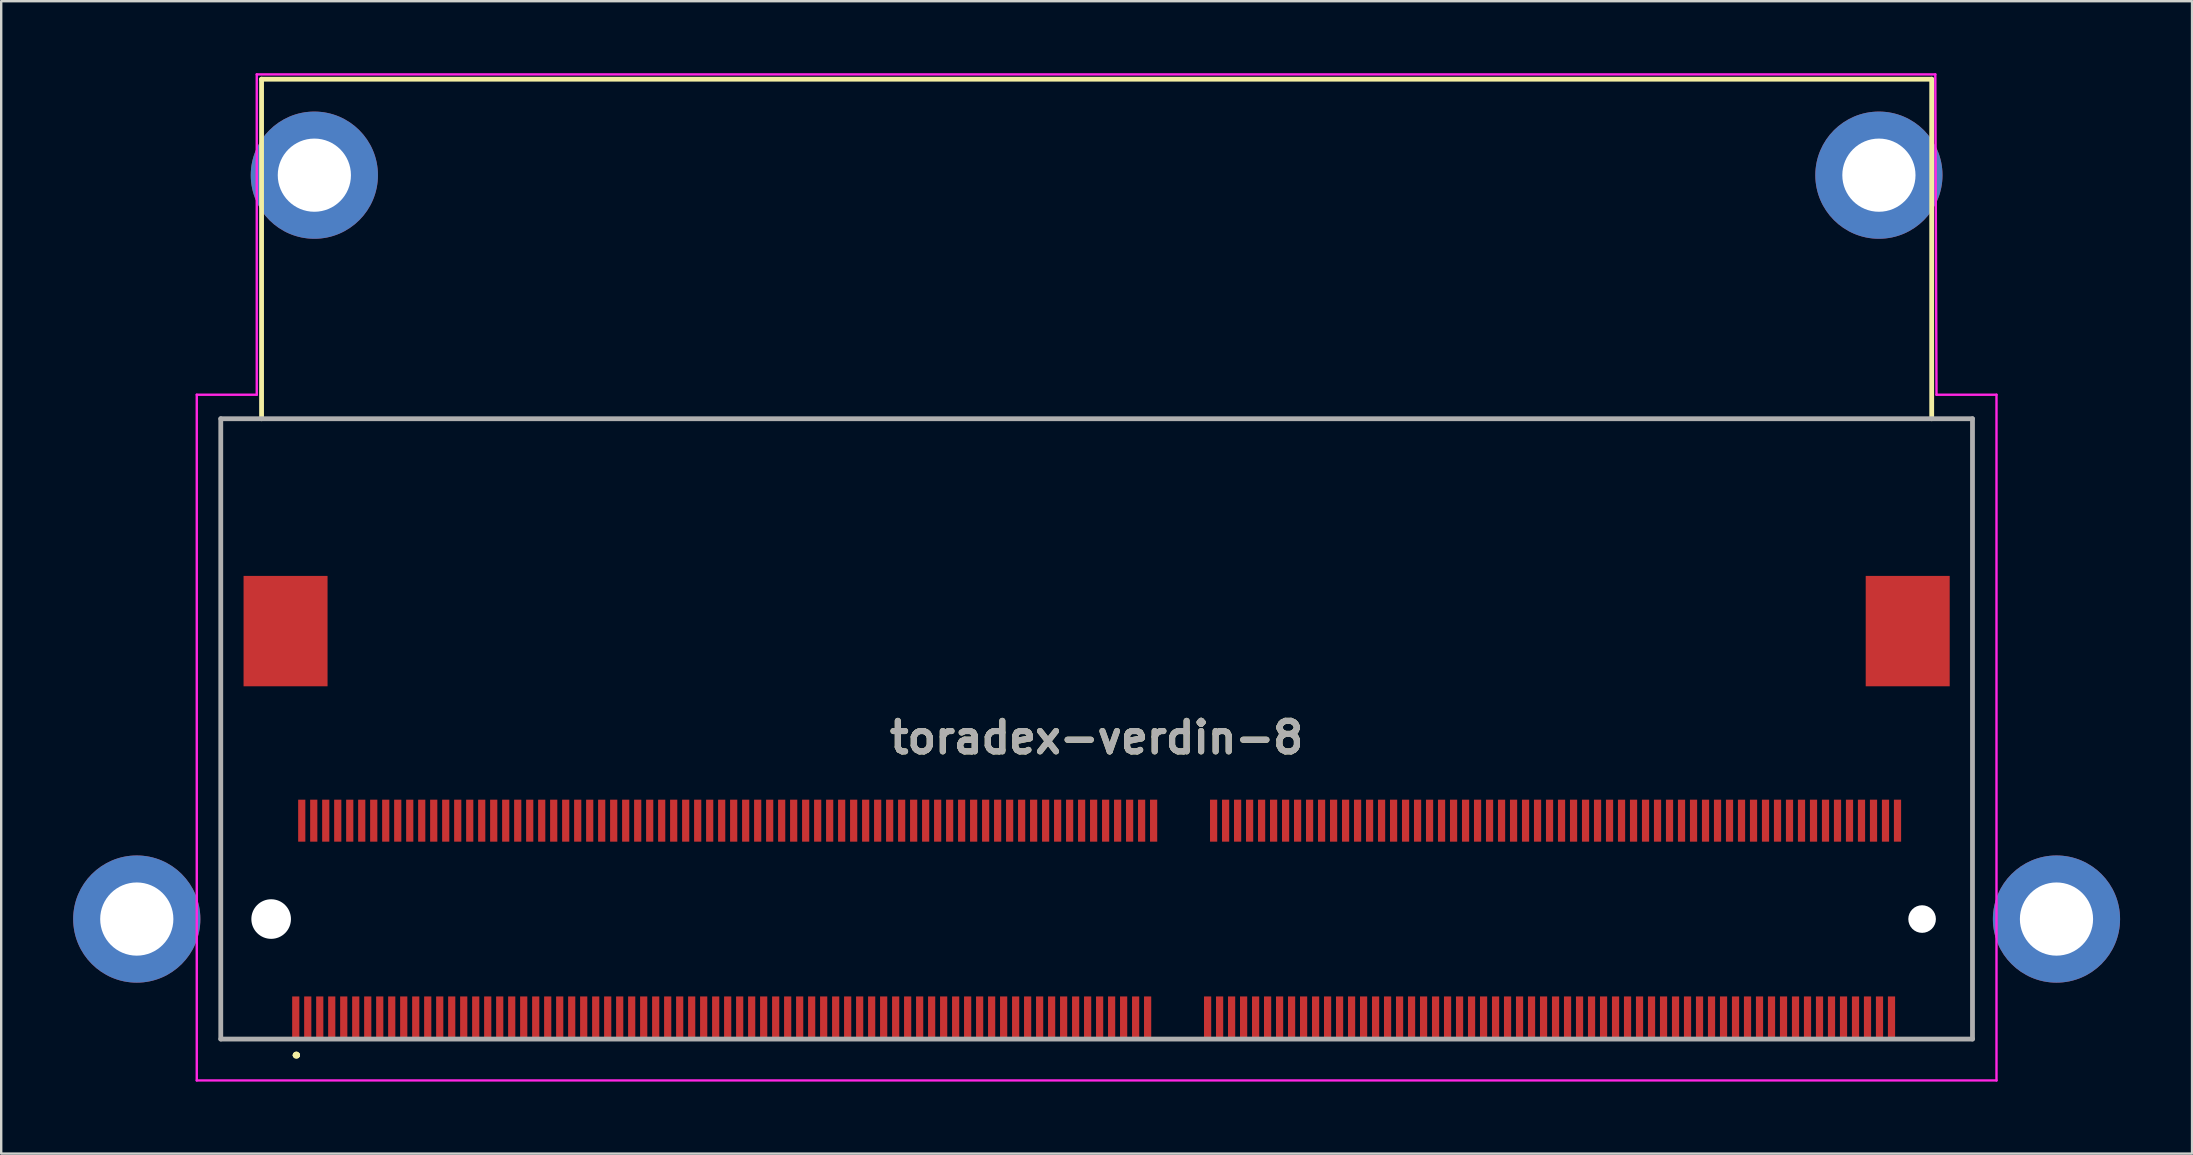
<source format=kicad_pcb>
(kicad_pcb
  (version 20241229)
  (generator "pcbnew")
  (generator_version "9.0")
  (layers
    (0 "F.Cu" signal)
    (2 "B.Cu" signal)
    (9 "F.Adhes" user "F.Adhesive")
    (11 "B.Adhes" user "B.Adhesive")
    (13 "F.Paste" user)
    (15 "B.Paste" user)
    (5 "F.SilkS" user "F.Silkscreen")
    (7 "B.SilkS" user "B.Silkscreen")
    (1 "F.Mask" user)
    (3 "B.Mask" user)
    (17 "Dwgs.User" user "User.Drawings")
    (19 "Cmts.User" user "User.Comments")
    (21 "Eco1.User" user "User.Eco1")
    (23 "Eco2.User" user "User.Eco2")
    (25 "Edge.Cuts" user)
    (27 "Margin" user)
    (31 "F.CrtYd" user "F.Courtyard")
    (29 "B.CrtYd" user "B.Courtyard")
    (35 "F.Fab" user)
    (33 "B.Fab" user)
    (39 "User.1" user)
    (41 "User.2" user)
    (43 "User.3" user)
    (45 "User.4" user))
  (footprint "toradex-verdin-8"
    (layer "F.Cu")
    (at 8.25 35.25)
    (property "Reference" "toradex-verdin-8" (at 34.4 -7.563 180) (layer "F.SilkS") (effects (font (size 1.27 1.27) (thickness 0.254))))
    (attr through_hole)
    (fp_line (start -2.1 -20.85) (end -2.1 -20.85) (stroke (width 0.1) (type solid)) (layer "F.SilkS"))
    (fp_line (start -2.1 -20.85) (end -2.1 -20.85) (stroke (width 0.1) (type solid)) (layer "F.SilkS"))
    (fp_line (start -2.1 -20.85) (end -2.1 5) (stroke (width 0.1) (type solid)) (layer "F.SilkS"))
    (fp_line (start -2.1 -20.85) (end 70.9 -20.85) (stroke (width 0.1) (type solid)) (layer "F.SilkS"))
    (fp_line (start -2.1 5) (end -2.1 -20.85) (stroke (width 0.1) (type solid)) (layer "F.SilkS"))
    (fp_line (start -2.1 5) (end -2.1 5) (stroke (width 0.1) (type solid)) (layer "F.SilkS"))
    (fp_line (start -2.1 5) (end -2.1 5) (stroke (width 0.1) (type solid)) (layer "F.SilkS"))
    (fp_line (start -2.1 5) (end -0.35 5) (stroke (width 0.1) (type solid)) (layer "F.SilkS"))
    (fp_line (start -0.4 -35) (end 69.2 -35) (stroke (width 0.2) (type default)) (layer "F.SilkS"))
    (fp_line (start -0.4 -20.85) (end -0.4 -35) (stroke (width 0.2) (type default)) (layer "F.SilkS"))
    (fp_line (start -0.35 5) (end -2.1 5) (stroke (width 0.1) (type solid)) (layer "F.SilkS"))
    (fp_line (start -0.35 5) (end -0.35 5) (stroke (width 0.1) (type solid)) (layer "F.SilkS"))
    (fp_line (start 1 5.675) (end 1 5.675) (stroke (width 0.2) (type solid)) (layer "F.SilkS"))
    (fp_line (start 1.1 5.675) (end 1.1 5.675) (stroke (width 0.2) (type solid)) (layer "F.SilkS"))
    (fp_line (start 1.1 5.675) (end 1.1 5.675) (stroke (width 0.2) (type solid)) (layer "F.SilkS"))
    (fp_line (start 69.2 -35) (end 69.2 -20.85) (stroke (width 0.2) (type default)) (layer "F.SilkS"))
    (fp_line (start 70.9 -20.85) (end -2.1 -20.85) (stroke (width 0.1) (type solid)) (layer "F.SilkS"))
    (fp_line (start 70.9 -20.85) (end 70.9 -20.85) (stroke (width 0.1) (type solid)) (layer "F.SilkS"))
    (fp_line (start 70.9 -20.85) (end 70.9 -20.85) (stroke (width 0.1) (type solid)) (layer "F.SilkS"))
    (fp_line (start 70.9 -20.85) (end 70.9 5) (stroke (width 0.1) (type solid)) (layer "F.SilkS"))
    (fp_line (start 70.9 5) (end 70.9 -20.85) (stroke (width 0.1) (type solid)) (layer "F.SilkS"))
    (fp_line (start 70.9 5) (end 70.9 5) (stroke (width 0.1) (type solid)) (layer "F.SilkS"))
    (fp_arc (start 1 5.675) (mid 1.05 5.625) (end 1.1 5.675) (stroke (width 0.2) (type solid)) (layer "F.SilkS"))
    (fp_arc (start 1 5.675) (mid 1.05 5.625) (end 1.1 5.675) (stroke (width 0.2) (type solid)) (layer "F.SilkS"))
    (fp_arc (start 1.1 5.675) (mid 1.05 5.725) (end 1 5.675) (stroke (width 0.2) (type solid)) (layer "F.SilkS"))
    (fp_line (start -3.1 -21.85) (end -0.6 -21.85) (stroke (width 0.1) (type default)) (layer "F.CrtYd"))
    (fp_line (start -3.1 6.725) (end -3.1 -21.85) (stroke (width 0.1) (type solid)) (layer "F.CrtYd"))
    (fp_line (start -0.6 -21.85) (end -0.6 -35.2) (stroke (width 0.1) (type default)) (layer "F.CrtYd"))
    (fp_line (start 69.35 -35.2) (end -0.6 -35.2) (stroke (width 0.1) (type default)) (layer "F.CrtYd"))
    (fp_line (start 69.4 -21.85) (end 69.35 -35.2) (stroke (width 0.1) (type default)) (layer "F.CrtYd"))
    (fp_line (start 71.9 -21.85) (end 69.4 -21.85) (stroke (width 0.1) (type default)) (layer "F.CrtYd"))
    (fp_line (start 71.9 -21.85) (end 71.9 6.725) (stroke (width 0.1) (type solid)) (layer "F.CrtYd"))
    (fp_line (start 71.9 6.725) (end -3.1 6.725) (stroke (width 0.1) (type solid)) (layer "F.CrtYd"))
    (fp_line (start -2.1 -20.85) (end -2.1 5) (stroke (width 0.2) (type solid)) (layer "F.Fab"))
    (fp_line (start -2.1 5) (end 70.9 5) (stroke (width 0.2) (type solid)) (layer "F.Fab"))
    (fp_line (start 70.9 -20.85) (end -2.1 -20.85) (stroke (width 0.2) (type solid)) (layer "F.Fab"))
    (fp_line (start 70.9 5) (end 70.9 -20.85) (stroke (width 0.2) (type solid)) (layer "F.Fab"))
    (fp_text user "${REFERENCE}" (at 34.4 -7.563 180) (layer "F.Fab") (effects (font (size 1.27 1.27) (thickness 0.254))))
    (pad "" np_thru_hole circle (at 0 0 180) (size 1.65 1.65) (drill 1.65) (layers "*.Cu" "*.Mask"))
    (pad "" np_thru_hole circle (at 68.8 0 180) (size 1.15 1.15) (drill 1.15) (layers "*.Cu" "*.Mask"))
    (pad "1" smd rect (at 1.025 4.1 180) (size 0.3 1.75) (layers "F.Cu" "F.Mask" "F.Paste"))
    (pad "2" smd rect (at 1.275 -4.1 180) (size 0.3 1.75) (layers "F.Cu" "F.Mask" "F.Paste"))
    (pad "3" smd rect (at 1.525 4.1 180) (size 0.3 1.75) (layers "F.Cu" "F.Mask" "F.Paste"))
    (pad "4" smd rect (at 1.775 -4.1 180) (size 0.3 1.75) (layers "F.Cu" "F.Mask" "F.Paste"))
    (pad "5" smd rect (at 2.025 4.1 180) (size 0.3 1.75) (layers "F.Cu" "F.Mask" "F.Paste"))
    (pad "6" smd rect (at 2.275 -4.1 180) (size 0.3 1.75) (layers "F.Cu" "F.Mask" "F.Paste"))
    (pad "7" smd rect (at 2.525 4.1 180) (size 0.3 1.75) (layers "F.Cu" "F.Mask" "F.Paste"))
    (pad "8" smd rect (at 2.775 -4.1 180) (size 0.3 1.75) (layers "F.Cu" "F.Mask" "F.Paste"))
    (pad "9" smd rect (at 3.025 4.1 180) (size 0.3 1.75) (layers "F.Cu" "F.Mask" "F.Paste"))
    (pad "10" smd rect (at 3.275 -4.1 180) (size 0.3 1.75) (layers "F.Cu" "F.Mask" "F.Paste"))
    (pad "11" smd rect (at 3.525 4.1 180) (size 0.3 1.75) (layers "F.Cu" "F.Mask" "F.Paste"))
    (pad "12" smd rect (at 3.775 -4.1 180) (size 0.3 1.75) (layers "F.Cu" "F.Mask" "F.Paste"))
    (pad "13" smd rect (at 4.025 4.1 180) (size 0.3 1.75) (layers "F.Cu" "F.Mask" "F.Paste"))
    (pad "14" smd rect (at 4.275 -4.1 180) (size 0.3 1.75) (layers "F.Cu" "F.Mask" "F.Paste"))
    (pad "15" smd rect (at 4.525 4.1 180) (size 0.3 1.75) (layers "F.Cu" "F.Mask" "F.Paste"))
    (pad "16" smd rect (at 4.775 -4.1 180) (size 0.3 1.75) (layers "F.Cu" "F.Mask" "F.Paste"))
    (pad "17" smd rect (at 5.025 4.1 180) (size 0.3 1.75) (layers "F.Cu" "F.Mask" "F.Paste"))
    (pad "18" smd rect (at 5.275 -4.1 180) (size 0.3 1.75) (layers "F.Cu" "F.Mask" "F.Paste"))
    (pad "19" smd rect (at 5.525 4.1 180) (size 0.3 1.75) (layers "F.Cu" "F.Mask" "F.Paste"))
    (pad "20" smd rect (at 5.775 -4.1 180) (size 0.3 1.75) (layers "F.Cu" "F.Mask" "F.Paste"))
    (pad "21" smd rect (at 6.025 4.1 180) (size 0.3 1.75) (layers "F.Cu" "F.Mask" "F.Paste"))
    (pad "22" smd rect (at 6.275 -4.1 180) (size 0.3 1.75) (layers "F.Cu" "F.Mask" "F.Paste"))
    (pad "23" smd rect (at 6.525 4.1 180) (size 0.3 1.75) (layers "F.Cu" "F.Mask" "F.Paste"))
    (pad "24" smd rect (at 6.775 -4.1 180) (size 0.3 1.75) (layers "F.Cu" "F.Mask" "F.Paste"))
    (pad "25" smd rect (at 7.025 4.1 180) (size 0.3 1.75) (layers "F.Cu" "F.Mask" "F.Paste"))
    (pad "26" smd rect (at 7.275 -4.1 180) (size 0.3 1.75) (layers "F.Cu" "F.Mask" "F.Paste"))
    (pad "27" smd rect (at 7.525 4.1 180) (size 0.3 1.75) (layers "F.Cu" "F.Mask" "F.Paste"))
    (pad "28" smd rect (at 7.775 -4.1 180) (size 0.3 1.75) (layers "F.Cu" "F.Mask" "F.Paste"))
    (pad "29" smd rect (at 8.025 4.1 180) (size 0.3 1.75) (layers "F.Cu" "F.Mask" "F.Paste"))
    (pad "30" smd rect (at 8.275 -4.1 180) (size 0.3 1.75) (layers "F.Cu" "F.Mask" "F.Paste"))
    (pad "31" smd rect (at 8.525 4.1 180) (size 0.3 1.75) (layers "F.Cu" "F.Mask" "F.Paste"))
    (pad "32" smd rect (at 8.775 -4.1 180) (size 0.3 1.75) (layers "F.Cu" "F.Mask" "F.Paste"))
    (pad "33" smd rect (at 9.025 4.1 180) (size 0.3 1.75) (layers "F.Cu" "F.Mask" "F.Paste"))
    (pad "34" smd rect (at 9.275 -4.1 180) (size 0.3 1.75) (layers "F.Cu" "F.Mask" "F.Paste"))
    (pad "35" smd rect (at 9.525 4.1 180) (size 0.3 1.75) (layers "F.Cu" "F.Mask" "F.Paste"))
    (pad "36" smd rect (at 9.775 -4.1 180) (size 0.3 1.75) (layers "F.Cu" "F.Mask" "F.Paste"))
    (pad "37" smd rect (at 10.025 4.1 180) (size 0.3 1.75) (layers "F.Cu" "F.Mask" "F.Paste"))
    (pad "38" smd rect (at 10.275 -4.1 180) (size 0.3 1.75) (layers "F.Cu" "F.Mask" "F.Paste"))
    (pad "39" smd rect (at 10.525 4.1 180) (size 0.3 1.75) (layers "F.Cu" "F.Mask" "F.Paste"))
    (pad "40" smd rect (at 10.775 -4.1 180) (size 0.3 1.75) (layers "F.Cu" "F.Mask" "F.Paste"))
    (pad "41" smd rect (at 11.025 4.1 180) (size 0.3 1.75) (layers "F.Cu" "F.Mask" "F.Paste"))
    (pad "42" smd rect (at 11.275 -4.1 180) (size 0.3 1.75) (layers "F.Cu" "F.Mask" "F.Paste"))
    (pad "43" smd rect (at 11.525 4.1 180) (size 0.3 1.75) (layers "F.Cu" "F.Mask" "F.Paste"))
    (pad "44" smd rect (at 11.775 -4.1 180) (size 0.3 1.75) (layers "F.Cu" "F.Mask" "F.Paste"))
    (pad "45" smd rect (at 12.025 4.1 180) (size 0.3 1.75) (layers "F.Cu" "F.Mask" "F.Paste"))
    (pad "46" smd rect (at 12.275 -4.1 180) (size 0.3 1.75) (layers "F.Cu" "F.Mask" "F.Paste"))
    (pad "47" smd rect (at 12.525 4.1 180) (size 0.3 1.75) (layers "F.Cu" "F.Mask" "F.Paste"))
    (pad "48" smd rect (at 12.775 -4.1 180) (size 0.3 1.75) (layers "F.Cu" "F.Mask" "F.Paste"))
    (pad "49" smd rect (at 13.025 4.1 180) (size 0.3 1.75) (layers "F.Cu" "F.Mask" "F.Paste"))
    (pad "50" smd rect (at 13.275 -4.1 180) (size 0.3 1.75) (layers "F.Cu" "F.Mask" "F.Paste"))
    (pad "51" smd rect (at 13.525 4.1 180) (size 0.3 1.75) (layers "F.Cu" "F.Mask" "F.Paste"))
    (pad "52" smd rect (at 13.775 -4.1 180) (size 0.3 1.75) (layers "F.Cu" "F.Mask" "F.Paste"))
    (pad "53" smd rect (at 14.025 4.1 180) (size 0.3 1.75) (layers "F.Cu" "F.Mask" "F.Paste"))
    (pad "54" smd rect (at 14.275 -4.1 180) (size 0.3 1.75) (layers "F.Cu" "F.Mask" "F.Paste"))
    (pad "55" smd rect (at 14.525 4.1 180) (size 0.3 1.75) (layers "F.Cu" "F.Mask" "F.Paste"))
    (pad "56" smd rect (at 14.775 -4.1 180) (size 0.3 1.75) (layers "F.Cu" "F.Mask" "F.Paste"))
    (pad "57" smd rect (at 15.025 4.1 180) (size 0.3 1.75) (layers "F.Cu" "F.Mask" "F.Paste"))
    (pad "58" smd rect (at 15.275 -4.1 180) (size 0.3 1.75) (layers "F.Cu" "F.Mask" "F.Paste"))
    (pad "59" smd rect (at 15.525 4.1 180) (size 0.3 1.75) (layers "F.Cu" "F.Mask" "F.Paste"))
    (pad "60" smd rect (at 15.775 -4.1 180) (size 0.3 1.75) (layers "F.Cu" "F.Mask" "F.Paste"))
    (pad "61" smd rect (at 16.025 4.1 180) (size 0.3 1.75) (layers "F.Cu" "F.Mask" "F.Paste"))
    (pad "62" smd rect (at 16.275 -4.1 180) (size 0.3 1.75) (layers "F.Cu" "F.Mask" "F.Paste"))
    (pad "63" smd rect (at 16.525 4.1 180) (size 0.3 1.75) (layers "F.Cu" "F.Mask" "F.Paste"))
    (pad "64" smd rect (at 16.775 -4.1 180) (size 0.3 1.75) (layers "F.Cu" "F.Mask" "F.Paste"))
    (pad "65" smd rect (at 17.025 4.1 180) (size 0.3 1.75) (layers "F.Cu" "F.Mask" "F.Paste"))
    (pad "66" smd rect (at 17.275 -4.1 180) (size 0.3 1.75) (layers "F.Cu" "F.Mask" "F.Paste"))
    (pad "67" smd rect (at 17.525 4.1 180) (size 0.3 1.75) (layers "F.Cu" "F.Mask" "F.Paste"))
    (pad "68" smd rect (at 17.775 -4.1 180) (size 0.3 1.75) (layers "F.Cu" "F.Mask" "F.Paste"))
    (pad "69" smd rect (at 18.025 4.1 180) (size 0.3 1.75) (layers "F.Cu" "F.Mask" "F.Paste"))
    (pad "70" smd rect (at 18.275 -4.1 180) (size 0.3 1.75) (layers "F.Cu" "F.Mask" "F.Paste"))
    (pad "71" smd rect (at 18.525 4.1 180) (size 0.3 1.75) (layers "F.Cu" "F.Mask" "F.Paste"))
    (pad "72" smd rect (at 18.775 -4.1 180) (size 0.3 1.75) (layers "F.Cu" "F.Mask" "F.Paste"))
    (pad "73" smd rect (at 19.025 4.1 180) (size 0.3 1.75) (layers "F.Cu" "F.Mask" "F.Paste"))
    (pad "74" smd rect (at 19.275 -4.1 180) (size 0.3 1.75) (layers "F.Cu" "F.Mask" "F.Paste"))
    (pad "75" smd rect (at 19.525 4.1 180) (size 0.3 1.75) (layers "F.Cu" "F.Mask" "F.Paste"))
    (pad "76" smd rect (at 19.775 -4.1 180) (size 0.3 1.75) (layers "F.Cu" "F.Mask" "F.Paste"))
    (pad "77" smd rect (at 20.025 4.1 180) (size 0.3 1.75) (layers "F.Cu" "F.Mask" "F.Paste"))
    (pad "78" smd rect (at 20.275 -4.1 180) (size 0.3 1.75) (layers "F.Cu" "F.Mask" "F.Paste"))
    (pad "79" smd rect (at 20.525 4.1 180) (size 0.3 1.75) (layers "F.Cu" "F.Mask" "F.Paste"))
    (pad "80" smd rect (at 20.775 -4.1 180) (size 0.3 1.75) (layers "F.Cu" "F.Mask" "F.Paste"))
    (pad "81" smd rect (at 21.025 4.1 180) (size 0.3 1.75) (layers "F.Cu" "F.Mask" "F.Paste"))
    (pad "82" smd rect (at 21.275 -4.1 180) (size 0.3 1.75) (layers "F.Cu" "F.Mask" "F.Paste"))
    (pad "83" smd rect (at 21.525 4.1 180) (size 0.3 1.75) (layers "F.Cu" "F.Mask" "F.Paste"))
    (pad "84" smd rect (at 21.775 -4.1 180) (size 0.3 1.75) (layers "F.Cu" "F.Mask" "F.Paste"))
    (pad "85" smd rect (at 22.025 4.1 180) (size 0.3 1.75) (layers "F.Cu" "F.Mask" "F.Paste"))
    (pad "86" smd rect (at 22.275 -4.1 180) (size 0.3 1.75) (layers "F.Cu" "F.Mask" "F.Paste"))
    (pad "87" smd rect (at 22.525 4.1 180) (size 0.3 1.75) (layers "F.Cu" "F.Mask" "F.Paste"))
    (pad "88" smd rect (at 22.775 -4.1 180) (size 0.3 1.75) (layers "F.Cu" "F.Mask" "F.Paste"))
    (pad "89" smd rect (at 23.025 4.1 180) (size 0.3 1.75) (layers "F.Cu" "F.Mask" "F.Paste"))
    (pad "90" smd rect (at 23.275 -4.1 180) (size 0.3 1.75) (layers "F.Cu" "F.Mask" "F.Paste"))
    (pad "91" smd rect (at 23.525 4.1 180) (size 0.3 1.75) (layers "F.Cu" "F.Mask" "F.Paste"))
    (pad "92" smd rect (at 23.775 -4.1 180) (size 0.3 1.75) (layers "F.Cu" "F.Mask" "F.Paste"))
    (pad "93" smd rect (at 24.025 4.1 180) (size 0.3 1.75) (layers "F.Cu" "F.Mask" "F.Paste"))
    (pad "94" smd rect (at 24.275 -4.1 180) (size 0.3 1.75) (layers "F.Cu" "F.Mask" "F.Paste"))
    (pad "95" smd rect (at 24.525 4.1 180) (size 0.3 1.75) (layers "F.Cu" "F.Mask" "F.Paste"))
    (pad "96" smd rect (at 24.775 -4.1 180) (size 0.3 1.75) (layers "F.Cu" "F.Mask" "F.Paste"))
    (pad "97" smd rect (at 25.025 4.1 180) (size 0.3 1.75) (layers "F.Cu" "F.Mask" "F.Paste"))
    (pad "98" smd rect (at 25.275 -4.1 180) (size 0.3 1.75) (layers "F.Cu" "F.Mask" "F.Paste"))
    (pad "99" smd rect (at 25.525 4.1 180) (size 0.3 1.75) (layers "F.Cu" "F.Mask" "F.Paste"))
    (pad "100" smd rect (at 25.775 -4.1 180) (size 0.3 1.75) (layers "F.Cu" "F.Mask" "F.Paste"))
    (pad "101" smd rect (at 26.025 4.1 180) (size 0.3 1.75) (layers "F.Cu" "F.Mask" "F.Paste"))
    (pad "102" smd rect (at 26.275 -4.1 180) (size 0.3 1.75) (layers "F.Cu" "F.Mask" "F.Paste"))
    (pad "103" smd rect (at 26.525 4.1 180) (size 0.3 1.75) (layers "F.Cu" "F.Mask" "F.Paste"))
    (pad "104" smd rect (at 26.775 -4.1 180) (size 0.3 1.75) (layers "F.Cu" "F.Mask" "F.Paste"))
    (pad "105" smd rect (at 27.025 4.1 180) (size 0.3 1.75) (layers "F.Cu" "F.Mask" "F.Paste"))
    (pad "106" smd rect (at 27.275 -4.1 180) (size 0.3 1.75) (layers "F.Cu" "F.Mask" "F.Paste"))
    (pad "107" smd rect (at 27.525 4.1 180) (size 0.3 1.75) (layers "F.Cu" "F.Mask" "F.Paste"))
    (pad "108" smd rect (at 27.775 -4.1 180) (size 0.3 1.75) (layers "F.Cu" "F.Mask" "F.Paste"))
    (pad "109" smd rect (at 28.025 4.1 180) (size 0.3 1.75) (layers "F.Cu" "F.Mask" "F.Paste"))
    (pad "110" smd rect (at 28.275 -4.1 180) (size 0.3 1.75) (layers "F.Cu" "F.Mask" "F.Paste"))
    (pad "111" smd rect (at 28.525 4.1 180) (size 0.3 1.75) (layers "F.Cu" "F.Mask" "F.Paste"))
    (pad "112" smd rect (at 28.775 -4.1 180) (size 0.3 1.75) (layers "F.Cu" "F.Mask" "F.Paste"))
    (pad "113" smd rect (at 29.025 4.1 180) (size 0.3 1.75) (layers "F.Cu" "F.Mask" "F.Paste"))
    (pad "114" smd rect (at 29.275 -4.1 180) (size 0.3 1.75) (layers "F.Cu" "F.Mask" "F.Paste"))
    (pad "115" smd rect (at 29.525 4.1 180) (size 0.3 1.75) (layers "F.Cu" "F.Mask" "F.Paste"))
    (pad "116" smd rect (at 29.775 -4.1 180) (size 0.3 1.75) (layers "F.Cu" "F.Mask" "F.Paste"))
    (pad "117" smd rect (at 30.025 4.1 180) (size 0.3 1.75) (layers "F.Cu" "F.Mask" "F.Paste"))
    (pad "118" smd rect (at 30.275 -4.1 180) (size 0.3 1.75) (layers "F.Cu" "F.Mask" "F.Paste"))
    (pad "119" smd rect (at 30.525 4.1 180) (size 0.3 1.75) (layers "F.Cu" "F.Mask" "F.Paste"))
    (pad "120" smd rect (at 30.775 -4.1 180) (size 0.3 1.75) (layers "F.Cu" "F.Mask" "F.Paste"))
    (pad "121" smd rect (at 31.025 4.1 180) (size 0.3 1.75) (layers "F.Cu" "F.Mask" "F.Paste"))
    (pad "122" smd rect (at 31.275 -4.1 180) (size 0.3 1.75) (layers "F.Cu" "F.Mask" "F.Paste"))
    (pad "123" smd rect (at 31.525 4.1 180) (size 0.3 1.75) (layers "F.Cu" "F.Mask" "F.Paste"))
    (pad "124" smd rect (at 31.775 -4.1 180) (size 0.3 1.75) (layers "F.Cu" "F.Mask" "F.Paste"))
    (pad "125" smd rect (at 32.025 4.1 180) (size 0.3 1.75) (layers "F.Cu" "F.Mask" "F.Paste"))
    (pad "126" smd rect (at 32.275 -4.1 180) (size 0.3 1.75) (layers "F.Cu" "F.Mask" "F.Paste"))
    (pad "127" smd rect (at 32.525 4.1 180) (size 0.3 1.75) (layers "F.Cu" "F.Mask" "F.Paste"))
    (pad "128" smd rect (at 32.775 -4.1 180) (size 0.3 1.75) (layers "F.Cu" "F.Mask" "F.Paste"))
    (pad "129" smd rect (at 33.025 4.1 180) (size 0.3 1.75) (layers "F.Cu" "F.Mask" "F.Paste"))
    (pad "130" smd rect (at 33.275 -4.1 180) (size 0.3 1.75) (layers "F.Cu" "F.Mask" "F.Paste"))
    (pad "131" smd rect (at 33.525 4.1 180) (size 0.3 1.75) (layers "F.Cu" "F.Mask" "F.Paste"))
    (pad "132" smd rect (at 33.775 -4.1 180) (size 0.3 1.75) (layers "F.Cu" "F.Mask" "F.Paste"))
    (pad "133" smd rect (at 34.025 4.1 180) (size 0.3 1.75) (layers "F.Cu" "F.Mask" "F.Paste"))
    (pad "134" smd rect (at 34.275 -4.1 180) (size 0.3 1.75) (layers "F.Cu" "F.Mask" "F.Paste"))
    (pad "135" smd rect (at 34.525 4.1 180) (size 0.3 1.75) (layers "F.Cu" "F.Mask" "F.Paste"))
    (pad "136" smd rect (at 34.775 -4.1 180) (size 0.3 1.75) (layers "F.Cu" "F.Mask" "F.Paste"))
    (pad "137" smd rect (at 35.025 4.1 180) (size 0.3 1.75) (layers "F.Cu" "F.Mask" "F.Paste"))
    (pad "138" smd rect (at 35.275 -4.1 180) (size 0.3 1.75) (layers "F.Cu" "F.Mask" "F.Paste"))
    (pad "139" smd rect (at 35.525 4.1 180) (size 0.3 1.75) (layers "F.Cu" "F.Mask" "F.Paste"))
    (pad "140" smd rect (at 35.775 -4.1 180) (size 0.3 1.75) (layers "F.Cu" "F.Mask" "F.Paste"))
    (pad "141" smd rect (at 36.025 4.1 180) (size 0.3 1.75) (layers "F.Cu" "F.Mask" "F.Paste"))
    (pad "142" smd rect (at 36.275 -4.1 180) (size 0.3 1.75) (layers "F.Cu" "F.Mask" "F.Paste"))
    (pad "143" smd rect (at 36.525 4.1 180) (size 0.3 1.75) (layers "F.Cu" "F.Mask" "F.Paste"))
    (pad "144" smd rect (at 36.775 -4.1 180) (size 0.3 1.75) (layers "F.Cu" "F.Mask" "F.Paste"))
    (pad "145" smd rect (at 39.025 4.1 180) (size 0.3 1.75) (layers "F.Cu" "F.Mask" "F.Paste"))
    (pad "146" smd rect (at 39.275 -4.1 180) (size 0.3 1.75) (layers "F.Cu" "F.Mask" "F.Paste"))
    (pad "147" smd rect (at 39.525 4.1 180) (size 0.3 1.75) (layers "F.Cu" "F.Mask" "F.Paste"))
    (pad "148" smd rect (at 39.775 -4.1 180) (size 0.3 1.75) (layers "F.Cu" "F.Mask" "F.Paste"))
    (pad "149" smd rect (at 40.025 4.1 180) (size 0.3 1.75) (layers "F.Cu" "F.Mask" "F.Paste"))
    (pad "150" smd rect (at 40.275 -4.1 180) (size 0.3 1.75) (layers "F.Cu" "F.Mask" "F.Paste"))
    (pad "151" smd rect (at 40.525 4.1 180) (size 0.3 1.75) (layers "F.Cu" "F.Mask" "F.Paste"))
    (pad "152" smd rect (at 40.775 -4.1 180) (size 0.3 1.75) (layers "F.Cu" "F.Mask" "F.Paste"))
    (pad "153" smd rect (at 41.025 4.1 180) (size 0.3 1.75) (layers "F.Cu" "F.Mask" "F.Paste"))
    (pad "154" smd rect (at 41.275 -4.1 180) (size 0.3 1.75) (layers "F.Cu" "F.Mask" "F.Paste"))
    (pad "155" smd rect (at 41.525 4.1 180) (size 0.3 1.75) (layers "F.Cu" "F.Mask" "F.Paste"))
    (pad "156" smd rect (at 41.775 -4.1 180) (size 0.3 1.75) (layers "F.Cu" "F.Mask" "F.Paste"))
    (pad "157" smd rect (at 42.025 4.1 180) (size 0.3 1.75) (layers "F.Cu" "F.Mask" "F.Paste"))
    (pad "158" smd rect (at 42.275 -4.1 180) (size 0.3 1.75) (layers "F.Cu" "F.Mask" "F.Paste"))
    (pad "159" smd rect (at 42.525 4.1 180) (size 0.3 1.75) (layers "F.Cu" "F.Mask" "F.Paste"))
    (pad "160" smd rect (at 42.775 -4.1 180) (size 0.3 1.75) (layers "F.Cu" "F.Mask" "F.Paste"))
    (pad "161" smd rect (at 43.025 4.1 180) (size 0.3 1.75) (layers "F.Cu" "F.Mask" "F.Paste"))
    (pad "162" smd rect (at 43.275 -4.1 180) (size 0.3 1.75) (layers "F.Cu" "F.Mask" "F.Paste"))
    (pad "163" smd rect (at 43.525 4.1 180) (size 0.3 1.75) (layers "F.Cu" "F.Mask" "F.Paste"))
    (pad "164" smd rect (at 43.775 -4.1 180) (size 0.3 1.75) (layers "F.Cu" "F.Mask" "F.Paste"))
    (pad "165" smd rect (at 44.025 4.1 180) (size 0.3 1.75) (layers "F.Cu" "F.Mask" "F.Paste"))
    (pad "166" smd rect (at 44.275 -4.1 180) (size 0.3 1.75) (layers "F.Cu" "F.Mask" "F.Paste"))
    (pad "167" smd rect (at 44.525 4.1 180) (size 0.3 1.75) (layers "F.Cu" "F.Mask" "F.Paste"))
    (pad "168" smd rect (at 44.775 -4.1 180) (size 0.3 1.75) (layers "F.Cu" "F.Mask" "F.Paste"))
    (pad "169" smd rect (at 45.025 4.1 180) (size 0.3 1.75) (layers "F.Cu" "F.Mask" "F.Paste"))
    (pad "170" smd rect (at 45.275 -4.1 180) (size 0.3 1.75) (layers "F.Cu" "F.Mask" "F.Paste"))
    (pad "171" smd rect (at 45.525 4.1 180) (size 0.3 1.75) (layers "F.Cu" "F.Mask" "F.Paste"))
    (pad "172" smd rect (at 45.775 -4.1 180) (size 0.3 1.75) (layers "F.Cu" "F.Mask" "F.Paste"))
    (pad "173" smd rect (at 46.025 4.1 180) (size 0.3 1.75) (layers "F.Cu" "F.Mask" "F.Paste"))
    (pad "174" smd rect (at 46.275 -4.1 180) (size 0.3 1.75) (layers "F.Cu" "F.Mask" "F.Paste"))
    (pad "175" smd rect (at 46.525 4.1 180) (size 0.3 1.75) (layers "F.Cu" "F.Mask" "F.Paste"))
    (pad "176" smd rect (at 46.775 -4.1 180) (size 0.3 1.75) (layers "F.Cu" "F.Mask" "F.Paste"))
    (pad "177" smd rect (at 47.025 4.1 180) (size 0.3 1.75) (layers "F.Cu" "F.Mask" "F.Paste"))
    (pad "178" smd rect (at 47.275 -4.1 180) (size 0.3 1.75) (layers "F.Cu" "F.Mask" "F.Paste"))
    (pad "179" smd rect (at 47.525 4.1 180) (size 0.3 1.75) (layers "F.Cu" "F.Mask" "F.Paste"))
    (pad "180" smd rect (at 47.775 -4.1 180) (size 0.3 1.75) (layers "F.Cu" "F.Mask" "F.Paste"))
    (pad "181" smd rect (at 48.025 4.1 180) (size 0.3 1.75) (layers "F.Cu" "F.Mask" "F.Paste"))
    (pad "182" smd rect (at 48.275 -4.1 180) (size 0.3 1.75) (layers "F.Cu" "F.Mask" "F.Paste"))
    (pad "183" smd rect (at 48.525 4.1 180) (size 0.3 1.75) (layers "F.Cu" "F.Mask" "F.Paste"))
    (pad "184" smd rect (at 48.775 -4.1 180) (size 0.3 1.75) (layers "F.Cu" "F.Mask" "F.Paste"))
    (pad "185" smd rect (at 49.025 4.1 180) (size 0.3 1.75) (layers "F.Cu" "F.Mask" "F.Paste"))
    (pad "186" smd rect (at 49.275 -4.1 180) (size 0.3 1.75) (layers "F.Cu" "F.Mask" "F.Paste"))
    (pad "187" smd rect (at 49.525 4.1 180) (size 0.3 1.75) (layers "F.Cu" "F.Mask" "F.Paste"))
    (pad "188" smd rect (at 49.775 -4.1 180) (size 0.3 1.75) (layers "F.Cu" "F.Mask" "F.Paste"))
    (pad "189" smd rect (at 50.025 4.1 180) (size 0.3 1.75) (layers "F.Cu" "F.Mask" "F.Paste"))
    (pad "190" smd rect (at 50.275 -4.1 180) (size 0.3 1.75) (layers "F.Cu" "F.Mask" "F.Paste"))
    (pad "191" smd rect (at 50.525 4.1 180) (size 0.3 1.75) (layers "F.Cu" "F.Mask" "F.Paste"))
    (pad "192" smd rect (at 50.775 -4.1 180) (size 0.3 1.75) (layers "F.Cu" "F.Mask" "F.Paste"))
    (pad "193" smd rect (at 51.025 4.1 180) (size 0.3 1.75) (layers "F.Cu" "F.Mask" "F.Paste"))
    (pad "194" smd rect (at 51.275 -4.1 180) (size 0.3 1.75) (layers "F.Cu" "F.Mask" "F.Paste"))
    (pad "195" smd rect (at 51.525 4.1 180) (size 0.3 1.75) (layers "F.Cu" "F.Mask" "F.Paste"))
    (pad "196" smd rect (at 51.775 -4.1 180) (size 0.3 1.75) (layers "F.Cu" "F.Mask" "F.Paste"))
    (pad "197" smd rect (at 52.025 4.1 180) (size 0.3 1.75) (layers "F.Cu" "F.Mask" "F.Paste"))
    (pad "198" smd rect (at 52.275 -4.1 180) (size 0.3 1.75) (layers "F.Cu" "F.Mask" "F.Paste"))
    (pad "199" smd rect (at 52.525 4.1 180) (size 0.3 1.75) (layers "F.Cu" "F.Mask" "F.Paste"))
    (pad "200" smd rect (at 52.775 -4.1 180) (size 0.3 1.75) (layers "F.Cu" "F.Mask" "F.Paste"))
    (pad "201" smd rect (at 53.025 4.1 180) (size 0.3 1.75) (layers "F.Cu" "F.Mask" "F.Paste"))
    (pad "202" smd rect (at 53.275 -4.1 180) (size 0.3 1.75) (layers "F.Cu" "F.Mask" "F.Paste"))
    (pad "203" smd rect (at 53.525 4.1 180) (size 0.3 1.75) (layers "F.Cu" "F.Mask" "F.Paste"))
    (pad "204" smd rect (at 53.775 -4.1 180) (size 0.3 1.75) (layers "F.Cu" "F.Mask" "F.Paste"))
    (pad "205" smd rect (at 54.025 4.1 180) (size 0.3 1.75) (layers "F.Cu" "F.Mask" "F.Paste"))
    (pad "206" smd rect (at 54.275 -4.1 180) (size 0.3 1.75) (layers "F.Cu" "F.Mask" "F.Paste"))
    (pad "207" smd rect (at 54.525 4.1 180) (size 0.3 1.75) (layers "F.Cu" "F.Mask" "F.Paste"))
    (pad "208" smd rect (at 54.775 -4.1 180) (size 0.3 1.75) (layers "F.Cu" "F.Mask" "F.Paste"))
    (pad "209" smd rect (at 55.025 4.1 180) (size 0.3 1.75) (layers "F.Cu" "F.Mask" "F.Paste"))
    (pad "210" smd rect (at 55.275 -4.1 180) (size 0.3 1.75) (layers "F.Cu" "F.Mask" "F.Paste"))
    (pad "211" smd rect (at 55.525 4.1 180) (size 0.3 1.75) (layers "F.Cu" "F.Mask" "F.Paste"))
    (pad "212" smd rect (at 55.775 -4.1 180) (size 0.3 1.75) (layers "F.Cu" "F.Mask" "F.Paste"))
    (pad "213" smd rect (at 56.025 4.1 180) (size 0.3 1.75) (layers "F.Cu" "F.Mask" "F.Paste"))
    (pad "214" smd rect (at 56.275 -4.1 180) (size 0.3 1.75) (layers "F.Cu" "F.Mask" "F.Paste"))
    (pad "215" smd rect (at 56.525 4.1 180) (size 0.3 1.75) (layers "F.Cu" "F.Mask" "F.Paste"))
    (pad "216" smd rect (at 56.775 -4.1 180) (size 0.3 1.75) (layers "F.Cu" "F.Mask" "F.Paste"))
    (pad "217" smd rect (at 57.025 4.1 180) (size 0.3 1.75) (layers "F.Cu" "F.Mask" "F.Paste"))
    (pad "218" smd rect (at 57.275 -4.1 180) (size 0.3 1.75) (layers "F.Cu" "F.Mask" "F.Paste"))
    (pad "219" smd rect (at 57.525 4.1 180) (size 0.3 1.75) (layers "F.Cu" "F.Mask" "F.Paste"))
    (pad "220" smd rect (at 57.775 -4.1 180) (size 0.3 1.75) (layers "F.Cu" "F.Mask" "F.Paste"))
    (pad "221" smd rect (at 58.025 4.1 180) (size 0.3 1.75) (layers "F.Cu" "F.Mask" "F.Paste"))
    (pad "222" smd rect (at 58.275 -4.1 180) (size 0.3 1.75) (layers "F.Cu" "F.Mask" "F.Paste"))
    (pad "223" smd rect (at 58.525 4.1 180) (size 0.3 1.75) (layers "F.Cu" "F.Mask" "F.Paste"))
    (pad "224" smd rect (at 58.775 -4.1 180) (size 0.3 1.75) (layers "F.Cu" "F.Mask" "F.Paste"))
    (pad "225" smd rect (at 59.025 4.1 180) (size 0.3 1.75) (layers "F.Cu" "F.Mask" "F.Paste"))
    (pad "226" smd rect (at 59.275 -4.1 180) (size 0.3 1.75) (layers "F.Cu" "F.Mask" "F.Paste"))
    (pad "227" smd rect (at 59.525 4.1 180) (size 0.3 1.75) (layers "F.Cu" "F.Mask" "F.Paste"))
    (pad "228" smd rect (at 59.775 -4.1 180) (size 0.3 1.75) (layers "F.Cu" "F.Mask" "F.Paste"))
    (pad "229" smd rect (at 60.025 4.1 180) (size 0.3 1.75) (layers "F.Cu" "F.Mask" "F.Paste"))
    (pad "230" smd rect (at 60.275 -4.1 180) (size 0.3 1.75) (layers "F.Cu" "F.Mask" "F.Paste"))
    (pad "231" smd rect (at 60.525 4.1 180) (size 0.3 1.75) (layers "F.Cu" "F.Mask" "F.Paste"))
    (pad "232" smd rect (at 60.775 -4.1 180) (size 0.3 1.75) (layers "F.Cu" "F.Mask" "F.Paste"))
    (pad "233" smd rect (at 61.025 4.1 180) (size 0.3 1.75) (layers "F.Cu" "F.Mask" "F.Paste"))
    (pad "234" smd rect (at 61.275 -4.1 180) (size 0.3 1.75) (layers "F.Cu" "F.Mask" "F.Paste"))
    (pad "235" smd rect (at 61.525 4.1 180) (size 0.3 1.75) (layers "F.Cu" "F.Mask" "F.Paste"))
    (pad "236" smd rect (at 61.775 -4.1 180) (size 0.3 1.75) (layers "F.Cu" "F.Mask" "F.Paste"))
    (pad "237" smd rect (at 62.025 4.1 180) (size 0.3 1.75) (layers "F.Cu" "F.Mask" "F.Paste"))
    (pad "238" smd rect (at 62.275 -4.1 180) (size 0.3 1.75) (layers "F.Cu" "F.Mask" "F.Paste"))
    (pad "239" smd rect (at 62.525 4.1 180) (size 0.3 1.75) (layers "F.Cu" "F.Mask" "F.Paste"))
    (pad "240" smd rect (at 62.775 -4.1 180) (size 0.3 1.75) (layers "F.Cu" "F.Mask" "F.Paste"))
    (pad "241" smd rect (at 63.025 4.1 180) (size 0.3 1.75) (layers "F.Cu" "F.Mask" "F.Paste"))
    (pad "242" smd rect (at 63.275 -4.1 180) (size 0.3 1.75) (layers "F.Cu" "F.Mask" "F.Paste"))
    (pad "243" smd rect (at 63.525 4.1 180) (size 0.3 1.75) (layers "F.Cu" "F.Mask" "F.Paste"))
    (pad "244" smd rect (at 63.775 -4.1 180) (size 0.3 1.75) (layers "F.Cu" "F.Mask" "F.Paste"))
    (pad "245" smd rect (at 64.025 4.1 180) (size 0.3 1.75) (layers "F.Cu" "F.Mask" "F.Paste"))
    (pad "246" smd rect (at 64.275 -4.1 180) (size 0.3 1.75) (layers "F.Cu" "F.Mask" "F.Paste"))
    (pad "247" smd rect (at 64.525 4.1 180) (size 0.3 1.75) (layers "F.Cu" "F.Mask" "F.Paste"))
    (pad "248" smd rect (at 64.775 -4.1 180) (size 0.3 1.75) (layers "F.Cu" "F.Mask" "F.Paste"))
    (pad "249" smd rect (at 65.025 4.1 180) (size 0.3 1.75) (layers "F.Cu" "F.Mask" "F.Paste"))
    (pad "250" smd rect (at 65.275 -4.1 180) (size 0.3 1.75) (layers "F.Cu" "F.Mask" "F.Paste"))
    (pad "251" smd rect (at 65.525 4.1 180) (size 0.3 1.75) (layers "F.Cu" "F.Mask" "F.Paste"))
    (pad "252" smd rect (at 65.775 -4.1 180) (size 0.3 1.75) (layers "F.Cu" "F.Mask" "F.Paste"))
    (pad "253" smd rect (at 66.025 4.1 180) (size 0.3 1.75) (layers "F.Cu" "F.Mask" "F.Paste"))
    (pad "254" smd rect (at 66.275 -4.1 180) (size 0.3 1.75) (layers "F.Cu" "F.Mask" "F.Paste"))
    (pad "255" smd rect (at 66.525 4.1 180) (size 0.3 1.75) (layers "F.Cu" "F.Mask" "F.Paste"))
    (pad "256" smd rect (at 66.775 -4.1 180) (size 0.3 1.75) (layers "F.Cu" "F.Mask" "F.Paste"))
    (pad "257" smd rect (at 67.025 4.1 180) (size 0.3 1.75) (layers "F.Cu" "F.Mask" "F.Paste"))
    (pad "258" smd rect (at 67.275 -4.1 180) (size 0.3 1.75) (layers "F.Cu" "F.Mask" "F.Paste"))
    (pad "259" smd rect (at 67.525 4.1 180) (size 0.3 1.75) (layers "F.Cu" "F.Mask" "F.Paste"))
    (pad "260" smd rect (at 67.775 -4.1 180) (size 0.3 1.75) (layers "F.Cu" "F.Mask" "F.Paste"))
    (pad "MP1" smd rect (at 0.6 -12 180) (size 3.5 4.6) (layers "F.Cu" "F.Mask" "F.Paste"))
    (pad "MP2" smd rect (at 68.2 -12 180) (size 3.5 4.6) (layers "F.Cu" "F.Mask" "F.Paste"))
    (pad "S1" thru_hole circle (at 1.8 -31) (size 5.3 5.3) (drill 3.05) (layers "*.Cu" "*.Mask"))
    (pad "S2" thru_hole circle (at 67 -31) (size 5.3 5.3) (drill 3.05) (layers "*.Cu" "*.Mask"))
    (pad "S3" thru_hole circle (at -5.6 0) (size 5.3 5.3) (drill 3.05) (layers "*.Cu" "*.Mask"))
    (pad "S4" thru_hole circle (at 74.4 0) (size 5.3 5.3) (drill 3.05) (layers "*.Cu" "*.Mask")))
  (gr_rect
    (start -3 -3)
    (end 88.3 45.025)
    (stroke (width 0.1) (type default))
    (fill no)
    (layer "Edge.Cuts")))
</source>
